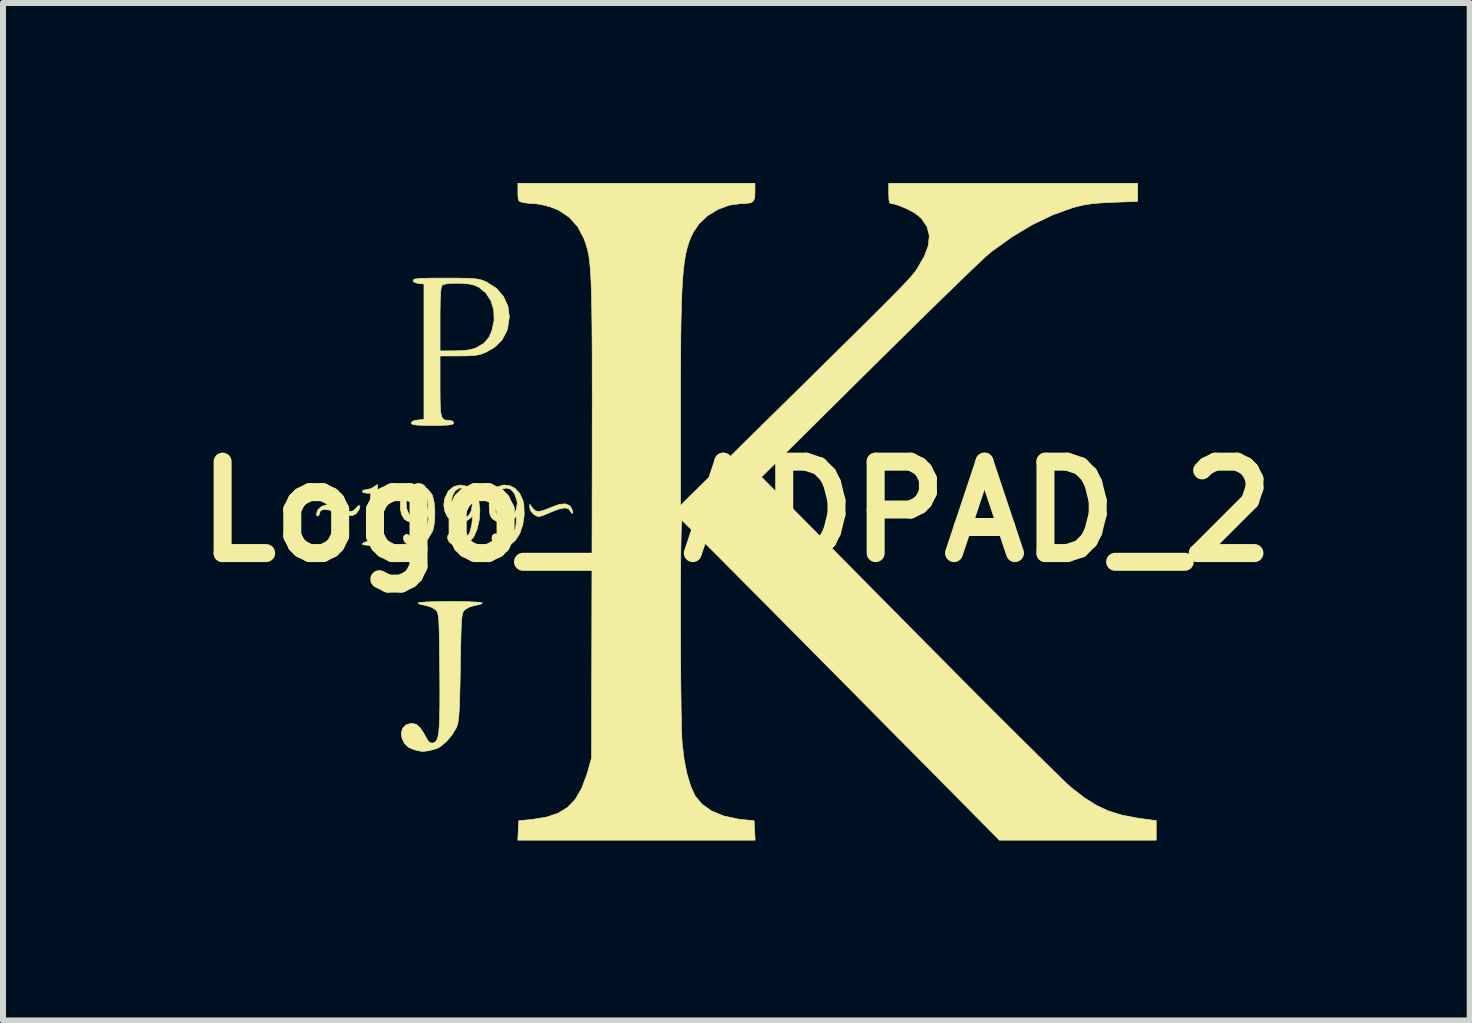
<source format=kicad_pcb>
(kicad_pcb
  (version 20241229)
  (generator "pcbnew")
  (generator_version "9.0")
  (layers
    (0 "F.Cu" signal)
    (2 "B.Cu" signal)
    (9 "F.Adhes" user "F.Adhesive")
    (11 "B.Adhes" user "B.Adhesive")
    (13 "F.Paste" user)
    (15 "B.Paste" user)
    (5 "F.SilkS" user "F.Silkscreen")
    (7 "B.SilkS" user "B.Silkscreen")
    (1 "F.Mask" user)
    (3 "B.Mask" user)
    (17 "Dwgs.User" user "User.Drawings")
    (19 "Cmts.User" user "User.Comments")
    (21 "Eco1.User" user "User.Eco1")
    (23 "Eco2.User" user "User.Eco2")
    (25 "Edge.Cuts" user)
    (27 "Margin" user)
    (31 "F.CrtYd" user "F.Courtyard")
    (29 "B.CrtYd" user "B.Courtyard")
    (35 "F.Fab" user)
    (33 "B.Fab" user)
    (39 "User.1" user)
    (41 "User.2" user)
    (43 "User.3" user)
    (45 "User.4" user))
  (footprint "Logo_CADPAD_2"
    (layer "F.Cu")
    (at 9.224 5.48)
    (property "Reference" "Logo_CADPAD_2" (at 0 0 0) (layer "F.SilkS") (effects (font (size 1.524 1.524) (thickness 0.3))))
    (attr through_hole)
    (fp_poly (pts (xy -2.78 -0.103) (xy -2.747 -0.057) (xy -2.727 -0.002) (xy -2.729 0.027) (xy -2.751 0.02) (xy -2.758 0.007) (xy -2.794 -0.047) (xy -2.857 -0.065) (xy -2.953 -0.047) (xy -3.074 -0.001) (xy -3.182 0.046) (xy -3.253 0.072) (xy -3.299 0.08) (xy -3.334 0.07) (xy -3.373 0.046) (xy -3.38 0.041) (xy -3.428 -0.014) (xy -3.443 -0.064) (xy -3.443 -0.125) (xy -3.399 -0.063) (xy -3.358 -0.02) (xy -3.306 -0.004) (xy -3.232 -0.016) (xy -3.124 -0.057) (xy -3.09 -0.072) (xy -2.952 -0.122) (xy -2.851 -0.132) (xy -2.78 -0.103)) (stroke (width 0.01) (type solid)) (fill yes) (layer "F.SilkS"))
    (fp_poly (pts (xy -6.775 -0.103) (xy -6.686 -0.078) (xy -6.625 -0.056) (xy -6.512 -0.017) (xy -6.435 -0.004) (xy -6.383 -0.016) (xy -6.343 -0.055) (xy -6.338 -0.062) (xy -6.296 -0.104) (xy -6.274 -0.098) (xy -6.283 -0.05) (xy -6.292 -0.031) (xy -6.336 0.031) (xy -6.393 0.061) (xy -6.473 0.061) (xy -6.588 0.031) (xy -6.637 0.014) (xy -6.781 -0.028) (xy -6.88 -0.039) (xy -6.933 -0.018) (xy -6.943 0.014) (xy -6.961 0.062) (xy -6.971 0.071) (xy -6.994 0.063) (xy -6.999 0.034) (xy -6.974 -0.034) (xy -6.914 -0.089) (xy -6.838 -0.113) (xy -6.835 -0.113) (xy -6.775 -0.103)) (stroke (width 0.01) (type solid)) (fill yes) (layer "F.SilkS"))
    (fp_poly (pts (xy -5.977 0.02) (xy -5.969 0.494) (xy -5.891 0.503) (xy -5.825 0.516) (xy -5.809 0.531) (xy -5.837 0.546) (xy -5.903 0.558) (xy -6 0.564) (xy -6.025 0.564) (xy -6.127 0.561) (xy -6.201 0.553) (xy -6.236 0.541) (xy -6.237 0.538) (xy -6.213 0.514) (xy -6.174 0.503) (xy -6.149 0.497) (xy -6.131 0.483) (xy -6.119 0.45) (xy -6.112 0.391) (xy -6.107 0.297) (xy -6.104 0.159) (xy -6.102 0.092) (xy -6.094 -0.31) (xy -6.166 -0.31) (xy -6.219 -0.32) (xy -6.237 -0.339) (xy -6.213 -0.361) (xy -6.173 -0.367) (xy -6.1 -0.383) (xy -6.047 -0.41) (xy -5.984 -0.454) (xy -5.977 0.02)) (stroke (width 0.01) (type solid)) (fill yes) (layer "F.SilkS"))
    (fp_poly (pts (xy -4.497 -0.426) (xy -4.399 -0.364) (xy -4.335 -0.284) (xy -4.291 -0.165) (xy -4.275 -0.019) (xy -4.286 0.137) (xy -4.32 0.287) (xy -4.375 0.416) (xy -4.449 0.506) (xy -4.451 0.508) (xy -4.542 0.552) (xy -4.644 0.564) (xy -4.737 0.542) (xy -4.783 0.509) (xy -4.814 0.449) (xy -4.809 0.396) (xy -4.771 0.368) (xy -4.759 0.367) (xy -4.723 0.391) (xy -4.69 0.449) (xy -4.689 0.451) (xy -4.663 0.508) (xy -4.629 0.521) (xy -4.596 0.512) (xy -4.507 0.45) (xy -4.443 0.346) (xy -4.409 0.209) (xy -4.394 0.074) (xy -4.473 0.136) (xy -4.571 0.187) (xy -4.664 0.19) (xy -4.747 0.153) (xy -4.814 0.085) (xy -4.859 -0.006) (xy -4.877 -0.112) (xy -4.875 -0.122) (xy -4.755 -0.122) (xy -4.751 -0.024) (xy -4.734 0.036) (xy -4.697 0.08) (xy -4.688 0.088) (xy -4.605 0.126) (xy -4.521 0.109) (xy -4.452 0.051) (xy -4.414 -0.027) (xy -4.401 -0.131) (xy -4.411 -0.237) (xy -4.445 -0.322) (xy -4.459 -0.339) (xy -4.54 -0.392) (xy -4.618 -0.395) (xy -4.684 -0.352) (xy -4.732 -0.268) (xy -4.755 -0.15) (xy -4.755 -0.122) (xy -4.875 -0.122) (xy -4.861 -0.223) (xy -4.808 -0.333) (xy -4.796 -0.349) (xy -4.709 -0.42) (xy -4.605 -0.445) (xy -4.497 -0.426)) (stroke (width 0.01) (type solid)) (fill yes) (layer "F.SilkS"))
    (fp_poly (pts (xy -5.24 -0.43) (xy -5.143 -0.377) (xy -5.071 -0.284) (xy -5.064 -0.269) (xy -5.039 -0.167) (xy -5.026 -0.034) (xy -5.027 0.11) (xy -5.041 0.24) (xy -5.064 0.325) (xy -5.139 0.451) (xy -5.238 0.532) (xy -5.353 0.564) (xy -5.364 0.564) (xy -5.451 0.552) (xy -5.514 0.521) (xy -5.517 0.519) (xy -5.551 0.459) (xy -5.544 0.404) (xy -5.5 0.373) (xy -5.499 0.373) (xy -5.455 0.391) (xy -5.424 0.45) (xy -5.397 0.507) (xy -5.364 0.521) (xy -5.329 0.512) (xy -5.24 0.45) (xy -5.178 0.341) (xy -5.146 0.212) (xy -5.128 0.071) (xy -5.191 0.126) (xy -5.28 0.173) (xy -5.387 0.182) (xy -5.488 0.155) (xy -5.537 0.12) (xy -5.583 0.039) (xy -5.603 -0.071) (xy -5.599 -0.152) (xy -5.503 -0.152) (xy -5.494 -0.047) (xy -5.458 0.043) (xy -5.434 0.072) (xy -5.376 0.123) (xy -5.329 0.136) (xy -5.274 0.109) (xy -5.223 0.068) (xy -5.162 0.002) (xy -5.138 -0.071) (xy -5.136 -0.114) (xy -5.153 -0.245) (xy -5.2 -0.338) (xy -5.273 -0.387) (xy -5.367 -0.388) (xy -5.384 -0.383) (xy -5.447 -0.336) (xy -5.487 -0.254) (xy -5.503 -0.152) (xy -5.599 -0.152) (xy -5.597 -0.189) (xy -5.564 -0.295) (xy -5.543 -0.329) (xy -5.454 -0.408) (xy -5.348 -0.441) (xy -5.24 -0.43)) (stroke (width 0.01) (type solid)) (fill yes) (layer "F.SilkS"))
    (fp_poly (pts (xy -3.78 -0.436) (xy -3.689 -0.389) (xy -3.611 -0.306) (xy -3.557 -0.187) (xy -3.542 -0.115) (xy -3.536 0.054) (xy -3.56 0.218) (xy -3.61 0.364) (xy -3.683 0.477) (xy -3.731 0.52) (xy -3.817 0.556) (xy -3.917 0.563) (xy -4.005 0.541) (xy -4.046 0.512) (xy -4.075 0.454) (xy -4.069 0.399) (xy -4.031 0.368) (xy -4.018 0.367) (xy -3.975 0.39) (xy -3.964 0.409) (xy -3.944 0.476) (xy -3.938 0.493) (xy -3.918 0.519) (xy -3.871 0.514) (xy -3.842 0.505) (xy -3.77 0.453) (xy -3.711 0.361) (xy -3.676 0.246) (xy -3.669 0.167) (xy -3.669 0.081) (xy -3.743 0.139) (xy -3.832 0.188) (xy -3.921 0.19) (xy -4.006 0.156) (xy -4.066 0.117) (xy -4.101 0.066) (xy -4.117 -0.012) (xy -4.12 -0.122) (xy -4.02 -0.122) (xy -4.015 -0.024) (xy -3.998 0.037) (xy -3.963 0.081) (xy -3.954 0.088) (xy -3.904 0.127) (xy -3.872 0.138) (xy -3.827 0.125) (xy -3.799 0.114) (xy -3.722 0.058) (xy -3.669 -0.033) (xy -3.651 -0.138) (xy -3.656 -0.178) (xy -3.698 -0.303) (xy -3.761 -0.375) (xy -3.834 -0.395) (xy -3.927 -0.372) (xy -3.987 -0.304) (xy -4.017 -0.189) (xy -4.02 -0.122) (xy -4.12 -0.122) (xy -4.12 -0.122) (xy -4.099 -0.258) (xy -4.046 -0.358) (xy -3.968 -0.42) (xy -3.877 -0.446) (xy -3.78 -0.436)) (stroke (width 0.01) (type solid)) (fill yes) (layer "F.SilkS"))
    (fp_poly (pts (xy -4.657 -3.894) (xy -4.514 -3.892) (xy -4.408 -3.888) (xy -4.329 -3.88) (xy -4.269 -3.869) (xy -4.218 -3.852) (xy -4.165 -3.83) (xy -4.161 -3.827) (xy -3.999 -3.724) (xy -3.881 -3.588) (xy -3.808 -3.426) (xy -3.784 -3.248) (xy -3.812 -3.059) (xy -3.825 -3.017) (xy -3.904 -2.865) (xy -4.026 -2.744) (xy -4.163 -2.664) (xy -4.234 -2.633) (xy -4.305 -2.614) (xy -4.39 -2.603) (xy -4.505 -2.598) (xy -4.621 -2.597) (xy -4.939 -2.596) (xy -4.939 -2.094) (xy -4.938 -1.901) (xy -4.935 -1.757) (xy -4.927 -1.656) (xy -4.913 -1.589) (xy -4.89 -1.549) (xy -4.858 -1.53) (xy -4.813 -1.524) (xy -4.792 -1.524) (xy -4.729 -1.511) (xy -4.713 -1.482) (xy -4.721 -1.464) (xy -4.752 -1.452) (xy -4.814 -1.444) (xy -4.914 -1.44) (xy -5.063 -1.439) (xy -5.066 -1.439) (xy -5.216 -1.44) (xy -5.319 -1.444) (xy -5.381 -1.452) (xy -5.411 -1.464) (xy -5.419 -1.48) (xy -5.392 -1.512) (xy -5.313 -1.529) (xy -5.313 -1.529) (xy -5.207 -1.538) (xy -5.207 -3.212) (xy -4.939 -3.212) (xy -4.939 -2.681) (xy -4.692 -2.682) (xy -4.534 -2.687) (xy -4.417 -2.705) (xy -4.332 -2.734) (xy -4.207 -2.809) (xy -4.123 -2.908) (xy -4.077 -3.011) (xy -4.038 -3.187) (xy -4.043 -3.357) (xy -4.089 -3.513) (xy -4.173 -3.644) (xy -4.29 -3.741) (xy -4.372 -3.778) (xy -4.455 -3.796) (xy -4.563 -3.807) (xy -4.679 -3.809) (xy -4.786 -3.805) (xy -4.868 -3.792) (xy -4.905 -3.776) (xy -4.918 -3.741) (xy -4.928 -3.664) (xy -4.935 -3.542) (xy -4.938 -3.369) (xy -4.939 -3.212) (xy -5.207 -3.212) (xy -5.207 -3.796) (xy -5.299 -3.805) (xy -5.367 -3.823) (xy -5.39 -3.854) (xy -5.382 -3.868) (xy -5.354 -3.879) (xy -5.297 -3.886) (xy -5.206 -3.891) (xy -5.074 -3.894) (xy -4.894 -3.894) (xy -4.847 -3.894) (xy -4.657 -3.894)) (stroke (width 0.01) (type solid)) (fill yes) (layer "F.SilkS"))
    (fp_poly (pts (xy -4.603 1.497) (xy -4.457 1.5) (xy -4.341 1.506) (xy -4.264 1.512) (xy -4.233 1.52) (xy -4.233 1.52) (xy -4.258 1.539) (xy -4.321 1.556) (xy -4.35 1.56) (xy -4.44 1.585) (xy -4.515 1.625) (xy -4.527 1.636) (xy -4.543 1.654) (xy -4.557 1.677) (xy -4.567 1.711) (xy -4.575 1.763) (xy -4.582 1.837) (xy -4.587 1.941) (xy -4.591 2.08) (xy -4.595 2.261) (xy -4.599 2.49) (xy -4.601 2.59) (xy -4.605 2.845) (xy -4.61 3.049) (xy -4.615 3.21) (xy -4.621 3.334) (xy -4.628 3.428) (xy -4.637 3.497) (xy -4.648 3.548) (xy -4.661 3.588) (xy -4.666 3.598) (xy -4.735 3.715) (xy -4.829 3.827) (xy -4.93 3.913) (xy -4.967 3.935) (xy -5.043 3.963) (xy -5.135 3.985) (xy -5.22 3.995) (xy -5.263 3.992) (xy -5.31 3.981) (xy -5.372 3.967) (xy -5.467 3.925) (xy -5.535 3.857) (xy -5.574 3.775) (xy -5.584 3.688) (xy -5.563 3.611) (xy -5.51 3.554) (xy -5.425 3.528) (xy -5.411 3.528) (xy -5.337 3.544) (xy -5.272 3.599) (xy -5.206 3.7) (xy -5.192 3.726) (xy -5.144 3.811) (xy -5.104 3.851) (xy -5.062 3.856) (xy -5.04 3.85) (xy -5.014 3.833) (xy -4.992 3.802) (xy -4.974 3.751) (xy -4.961 3.676) (xy -4.952 3.572) (xy -4.946 3.433) (xy -4.943 3.255) (xy -4.942 3.031) (xy -4.943 2.758) (xy -4.944 2.661) (xy -4.947 2.402) (xy -4.949 2.193) (xy -4.952 2.029) (xy -4.956 1.904) (xy -4.96 1.811) (xy -4.967 1.745) (xy -4.975 1.701) (xy -4.986 1.671) (xy -4.999 1.65) (xy -5.012 1.636) (xy -5.079 1.593) (xy -5.168 1.564) (xy -5.189 1.56) (xy -5.261 1.546) (xy -5.302 1.527) (xy -5.306 1.52) (xy -5.279 1.513) (xy -5.204 1.506) (xy -5.091 1.501) (xy -4.947 1.497) (xy -4.781 1.496) (xy -4.77 1.496) (xy -4.603 1.497)) (stroke (width 0.01) (type solid)) (fill yes) (layer "F.SilkS"))
    (fp_poly (pts (xy 0.31 -5.323) (xy 0.305 -5.231) (xy 0.283 -5.176) (xy 0.232 -5.148) (xy 0.141 -5.138) (xy 0.081 -5.137) (xy -0.112 -5.111) (xy -0.302 -5.042) (xy -0.476 -4.936) (xy -0.621 -4.802) (xy -0.717 -4.66) (xy -0.756 -4.579) (xy -0.789 -4.495) (xy -0.818 -4.404) (xy -0.843 -4.302) (xy -0.863 -4.184) (xy -0.881 -4.047) (xy -0.895 -3.885) (xy -0.906 -3.696) (xy -0.915 -3.475) (xy -0.921 -3.217) (xy -0.926 -2.918) (xy -0.928 -2.575) (xy -0.93 -2.182) (xy -0.93 -1.838) (xy -0.931 -0.106) (xy 0.416 -1.432) (xy 0.784 -1.794) (xy 1.114 -2.119) (xy 1.407 -2.408) (xy 1.667 -2.665) (xy 1.896 -2.89) (xy 2.096 -3.088) (xy 2.268 -3.259) (xy 2.415 -3.406) (xy 2.54 -3.531) (xy 2.645 -3.637) (xy 2.731 -3.725) (xy 2.801 -3.798) (xy 2.858 -3.859) (xy 2.902 -3.908) (xy 2.938 -3.949) (xy 2.966 -3.984) (xy 2.989 -4.015) (xy 3.009 -4.044) (xy 3.018 -4.058) (xy 3.135 -4.261) (xy 3.201 -4.442) (xy 3.216 -4.604) (xy 3.179 -4.749) (xy 3.092 -4.879) (xy 3.04 -4.929) (xy 2.962 -4.985) (xy 2.857 -5.042) (xy 2.745 -5.091) (xy 2.644 -5.126) (xy 2.581 -5.136) (xy 2.557 -5.15) (xy 2.544 -5.199) (xy 2.54 -5.293) (xy 2.54 -5.306) (xy 2.54 -5.475) (xy 6.689 -5.475) (xy 6.689 -5.173) (xy 6.272 -5.157) (xy 6.082 -5.148) (xy 5.932 -5.135) (xy 5.805 -5.116) (xy 5.685 -5.089) (xy 5.602 -5.066) (xy 5.274 -4.948) (xy 4.935 -4.785) (xy 4.597 -4.583) (xy 4.272 -4.35) (xy 4.205 -4.296) (xy 4.153 -4.25) (xy 4.065 -4.168) (xy 3.943 -4.052) (xy 3.791 -3.906) (xy 3.613 -3.733) (xy 3.411 -3.537) (xy 3.188 -3.319) (xy 2.949 -3.084) (xy 2.696 -2.835) (xy 2.433 -2.576) (xy 2.206 -2.351) (xy 0.419 -0.579) (xy 2.883 1.913) (xy 3.198 2.231) (xy 3.504 2.539) (xy 3.8 2.837) (xy 4.083 3.121) (xy 4.35 3.388) (xy 4.599 3.636) (xy 4.826 3.862) (xy 5.029 4.063) (xy 5.206 4.237) (xy 5.353 4.381) (xy 5.469 4.493) (xy 5.55 4.569) (xy 5.588 4.603) (xy 5.803 4.769) (xy 6.004 4.895) (xy 6.205 4.988) (xy 6.425 5.056) (xy 6.678 5.105) (xy 6.75 5.115) (xy 6.999 5.149) (xy 6.999 5.475) (xy 4.385 5.475) (xy 1.752 2.815) (xy 1.431 2.492) (xy 1.122 2.179) (xy 0.825 1.88) (xy 0.545 1.597) (xy 0.281 1.333) (xy 0.038 1.088) (xy -0.182 0.867) (xy -0.378 0.67) (xy -0.546 0.502) (xy -0.685 0.363) (xy -0.793 0.256) (xy -0.866 0.184) (xy -0.902 0.149) (xy -0.906 0.146) (xy -0.912 0.171) (xy -0.916 0.247) (xy -0.92 0.368) (xy -0.923 0.529) (xy -0.926 0.724) (xy -0.928 0.947) (xy -0.93 1.193) (xy -0.93 1.456) (xy -0.931 1.731) (xy -0.93 2.011) (xy -0.929 2.292) (xy -0.928 2.567) (xy -0.926 2.832) (xy -0.923 3.08) (xy -0.92 3.306) (xy -0.916 3.504) (xy -0.912 3.669) (xy -0.907 3.794) (xy -0.902 3.866) (xy -0.87 4.133) (xy -0.822 4.372) (xy -0.761 4.575) (xy -0.69 4.731) (xy -0.689 4.733) (xy -0.575 4.873) (xy -0.415 4.986) (xy -0.213 5.07) (xy 0.026 5.122) (xy 0.102 5.131) (xy 0.296 5.151) (xy 0.313 5.475) (xy -3.643 5.475) (xy -3.627 5.151) (xy -3.407 5.129) (xy -3.168 5.091) (xy -2.971 5.025) (xy -2.811 4.926) (xy -2.682 4.79) (xy -2.578 4.609) (xy -2.492 4.38) (xy -2.475 4.322) (xy -2.414 4.106) (xy -2.405 0.135) (xy -2.404 -0.441) (xy -2.403 -0.963) (xy -2.403 -1.435) (xy -2.402 -1.859) (xy -2.403 -2.238) (xy -2.403 -2.575) (xy -2.405 -2.873) (xy -2.407 -3.135) (xy -2.41 -3.363) (xy -2.413 -3.561) (xy -2.418 -3.731) (xy -2.424 -3.876) (xy -2.431 -3.999) (xy -2.439 -4.104) (xy -2.449 -4.192) (xy -2.459 -4.267) (xy -2.472 -4.332) (xy -2.486 -4.389) (xy -2.501 -4.441) (xy -2.518 -4.492) (xy -2.537 -4.544) (xy -2.543 -4.559) (xy -2.643 -4.749) (xy -2.784 -4.907) (xy -2.96 -5.025) (xy -3.089 -5.078) (xy -3.2 -5.108) (xy -3.303 -5.129) (xy -3.372 -5.136) (xy -3.47 -5.142) (xy -3.552 -5.154) (xy -3.603 -5.167) (xy -3.63 -5.192) (xy -3.639 -5.243) (xy -3.641 -5.323) (xy -3.641 -5.475) (xy 0.31 -5.475) (xy 0.31 -5.323)) (stroke (width 0.01) (type solid)) (fill yes) (layer "F.SilkS")))
  (gr_rect
    (start -3 -3)
    (end 21.448 13.96)
    (stroke (width 0.1) (type default))
    (fill no)
    (layer "Edge.Cuts")))
</source>
